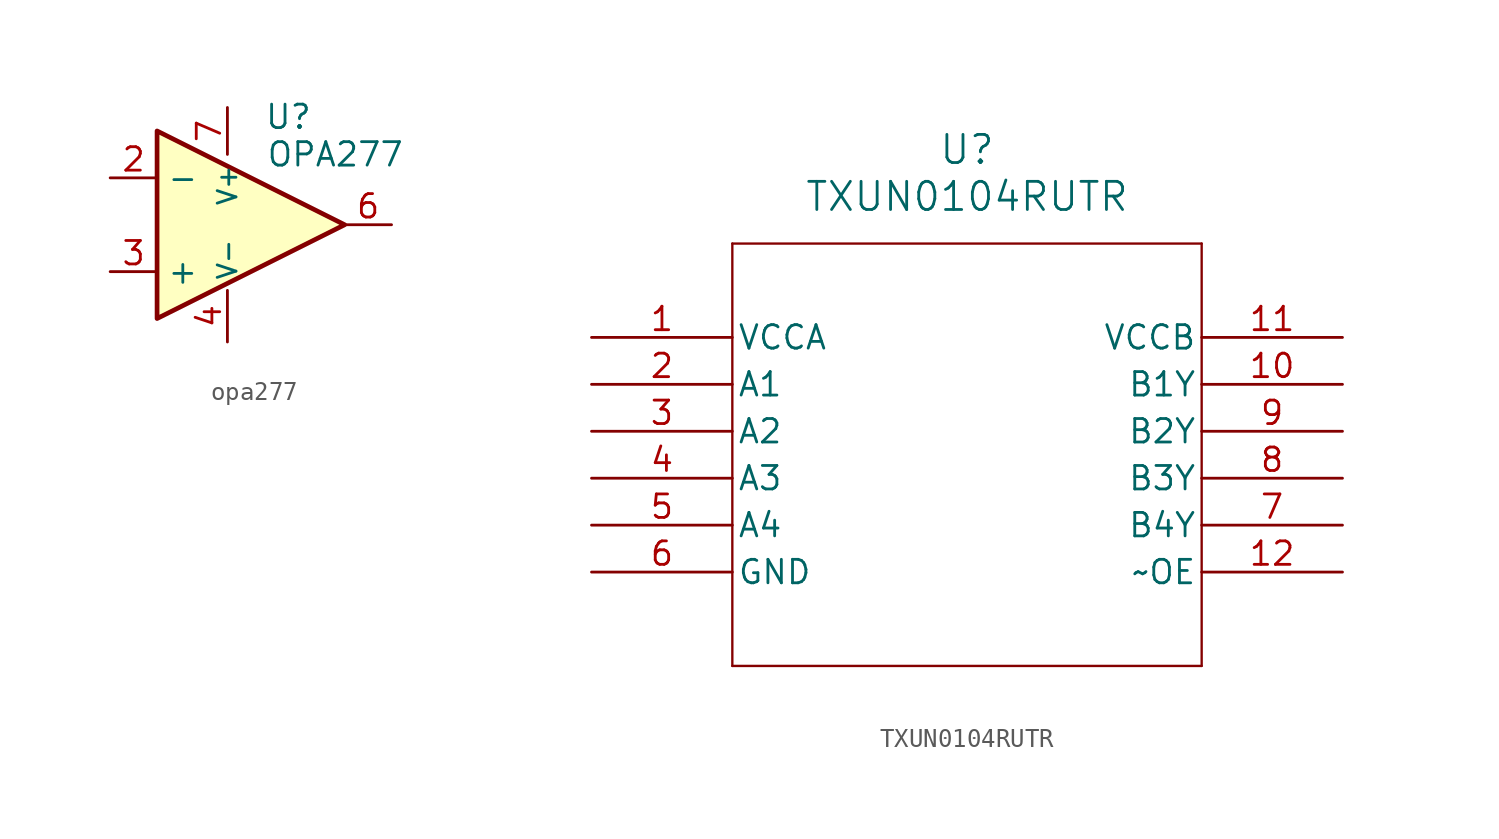
<source format=kicad_sym>
(kicad_symbol_lib
  (version 20241209)
  (generator "kicad_symbol_editor")
  (generator_version "9.0")
  (symbol "opa277"
    (property "Reference" "U"
      (at 5.842 -0.508 0)
      (effects (font (size 1.27 1.27))))
    (property "Value" "OPA277"
      (at 8.382 -2.54 0)
      (effects (font (size 1.27 1.27))))
    (symbol "opa277_0_1"
      (polyline (pts (xy -1.27 -1.27) (xy -1.27 -11.43) (xy 8.89 -6.35) (xy -1.27 -1.27)) (stroke (width 0.254) (type default)) (fill (type background))))
    (symbol "opa277_1_1"
      (pin input line (at -3.81 -3.81 0) (length 2.54) (name "-" (effects (font (size 1.27 1.27)))) (number "2" (effects (font (size 1.27 1.27)))))
      (pin input line (at -3.81 -8.89 0) (length 2.54) (name "+" (effects (font (size 1.27 1.27)))) (number "3" (effects (font (size 1.27 1.27)))))
      (pin power_in line (at 2.54 0 270) (length 2.54) (name "V+" (effects (font (size 1.016 1.016)))) (number "7" (effects (font (size 1.27 1.27)))))
      (pin power_in line (at 2.54 -12.7 90) (length 2.794) (name "V-" (effects (font (size 1.016 1.016)))) (number "4" (effects (font (size 1.27 1.27)))))
      (pin output line (at 11.43 -6.35 180) (length 2.54) (name "" (effects (font (size 1.27 1.27)))) (number "6" (effects (font (size 1.27 1.27)))))))
  (symbol "TXUN0104RUTR"
    (pin_names
      (offset 0.254))
    (property "Reference" "U"
      (at 20.32 10.16 0)
      (effects (font (size 1.524 1.524))))
    (property "Value" "TXUN0104RUTR"
      (at 20.32 7.62 0)
      (effects (font (size 1.524 1.524))))
    (symbol "TXUN0104RUTR_0_1"
      (polyline (pts (xy 7.62 5.08) (xy 7.62 -17.78)) (stroke (width 0.127) (type default)) (fill (type none)))
      (polyline (pts (xy 7.62 -17.78) (xy 33.02 -17.78)) (stroke (width 0.127) (type default)) (fill (type none)))
      (polyline (pts (xy 33.02 5.08) (xy 7.62 5.08)) (stroke (width 0.127) (type default)) (fill (type none)))
      (polyline (pts (xy 33.02 -17.78) (xy 33.02 5.08)) (stroke (width 0.127) (type default)) (fill (type none)))
      (pin power_in line (at 0 0 0) (length 7.62) (name "VCCA" (effects (font (size 1.27 1.27)))) (number "1" (effects (font (size 1.27 1.27)))))
      (pin input line (at 0 -2.54 0) (length 7.62) (name "A1" (effects (font (size 1.27 1.27)))) (number "2" (effects (font (size 1.27 1.27)))))
      (pin input line (at 0 -5.08 0) (length 7.62) (name "A2" (effects (font (size 1.27 1.27)))) (number "3" (effects (font (size 1.27 1.27)))))
      (pin input line (at 0 -7.62 0) (length 7.62) (name "A3" (effects (font (size 1.27 1.27)))) (number "4" (effects (font (size 1.27 1.27)))))
      (pin input line (at 0 -10.16 0) (length 7.62) (name "A4" (effects (font (size 1.27 1.27)))) (number "5" (effects (font (size 1.27 1.27)))))
      (pin power_out line (at 0 -12.7 0) (length 7.62) (name "GND" (effects (font (size 1.27 1.27)))) (number "6" (effects (font (size 1.27 1.27)))))
      (pin power_in line (at 40.64 0 180) (length 7.62) (name "VCCB" (effects (font (size 1.27 1.27)))) (number "11" (effects (font (size 1.27 1.27)))))
      (pin output line (at 40.64 -2.54 180) (length 7.62) (name "B1Y" (effects (font (size 1.27 1.27)))) (number "10" (effects (font (size 1.27 1.27)))))
      (pin output line (at 40.64 -5.08 180) (length 7.62) (name "B2Y" (effects (font (size 1.27 1.27)))) (number "9" (effects (font (size 1.27 1.27)))))
      (pin output line (at 40.64 -7.62 180) (length 7.62) (name "B3Y" (effects (font (size 1.27 1.27)))) (number "8" (effects (font (size 1.27 1.27)))))
      (pin output line (at 40.64 -10.16 180) (length 7.62) (name "B4Y" (effects (font (size 1.27 1.27)))) (number "7" (effects (font (size 1.27 1.27))))))
    (symbol "TXUN0104RUTR_1_1"
      (pin input line (at 40.64 -12.7 180) (length 7.62) (name "~OE" (effects (font (size 1.27 1.27)))) (number "12" (effects (font (size 1.27 1.27))))))))
</source>
